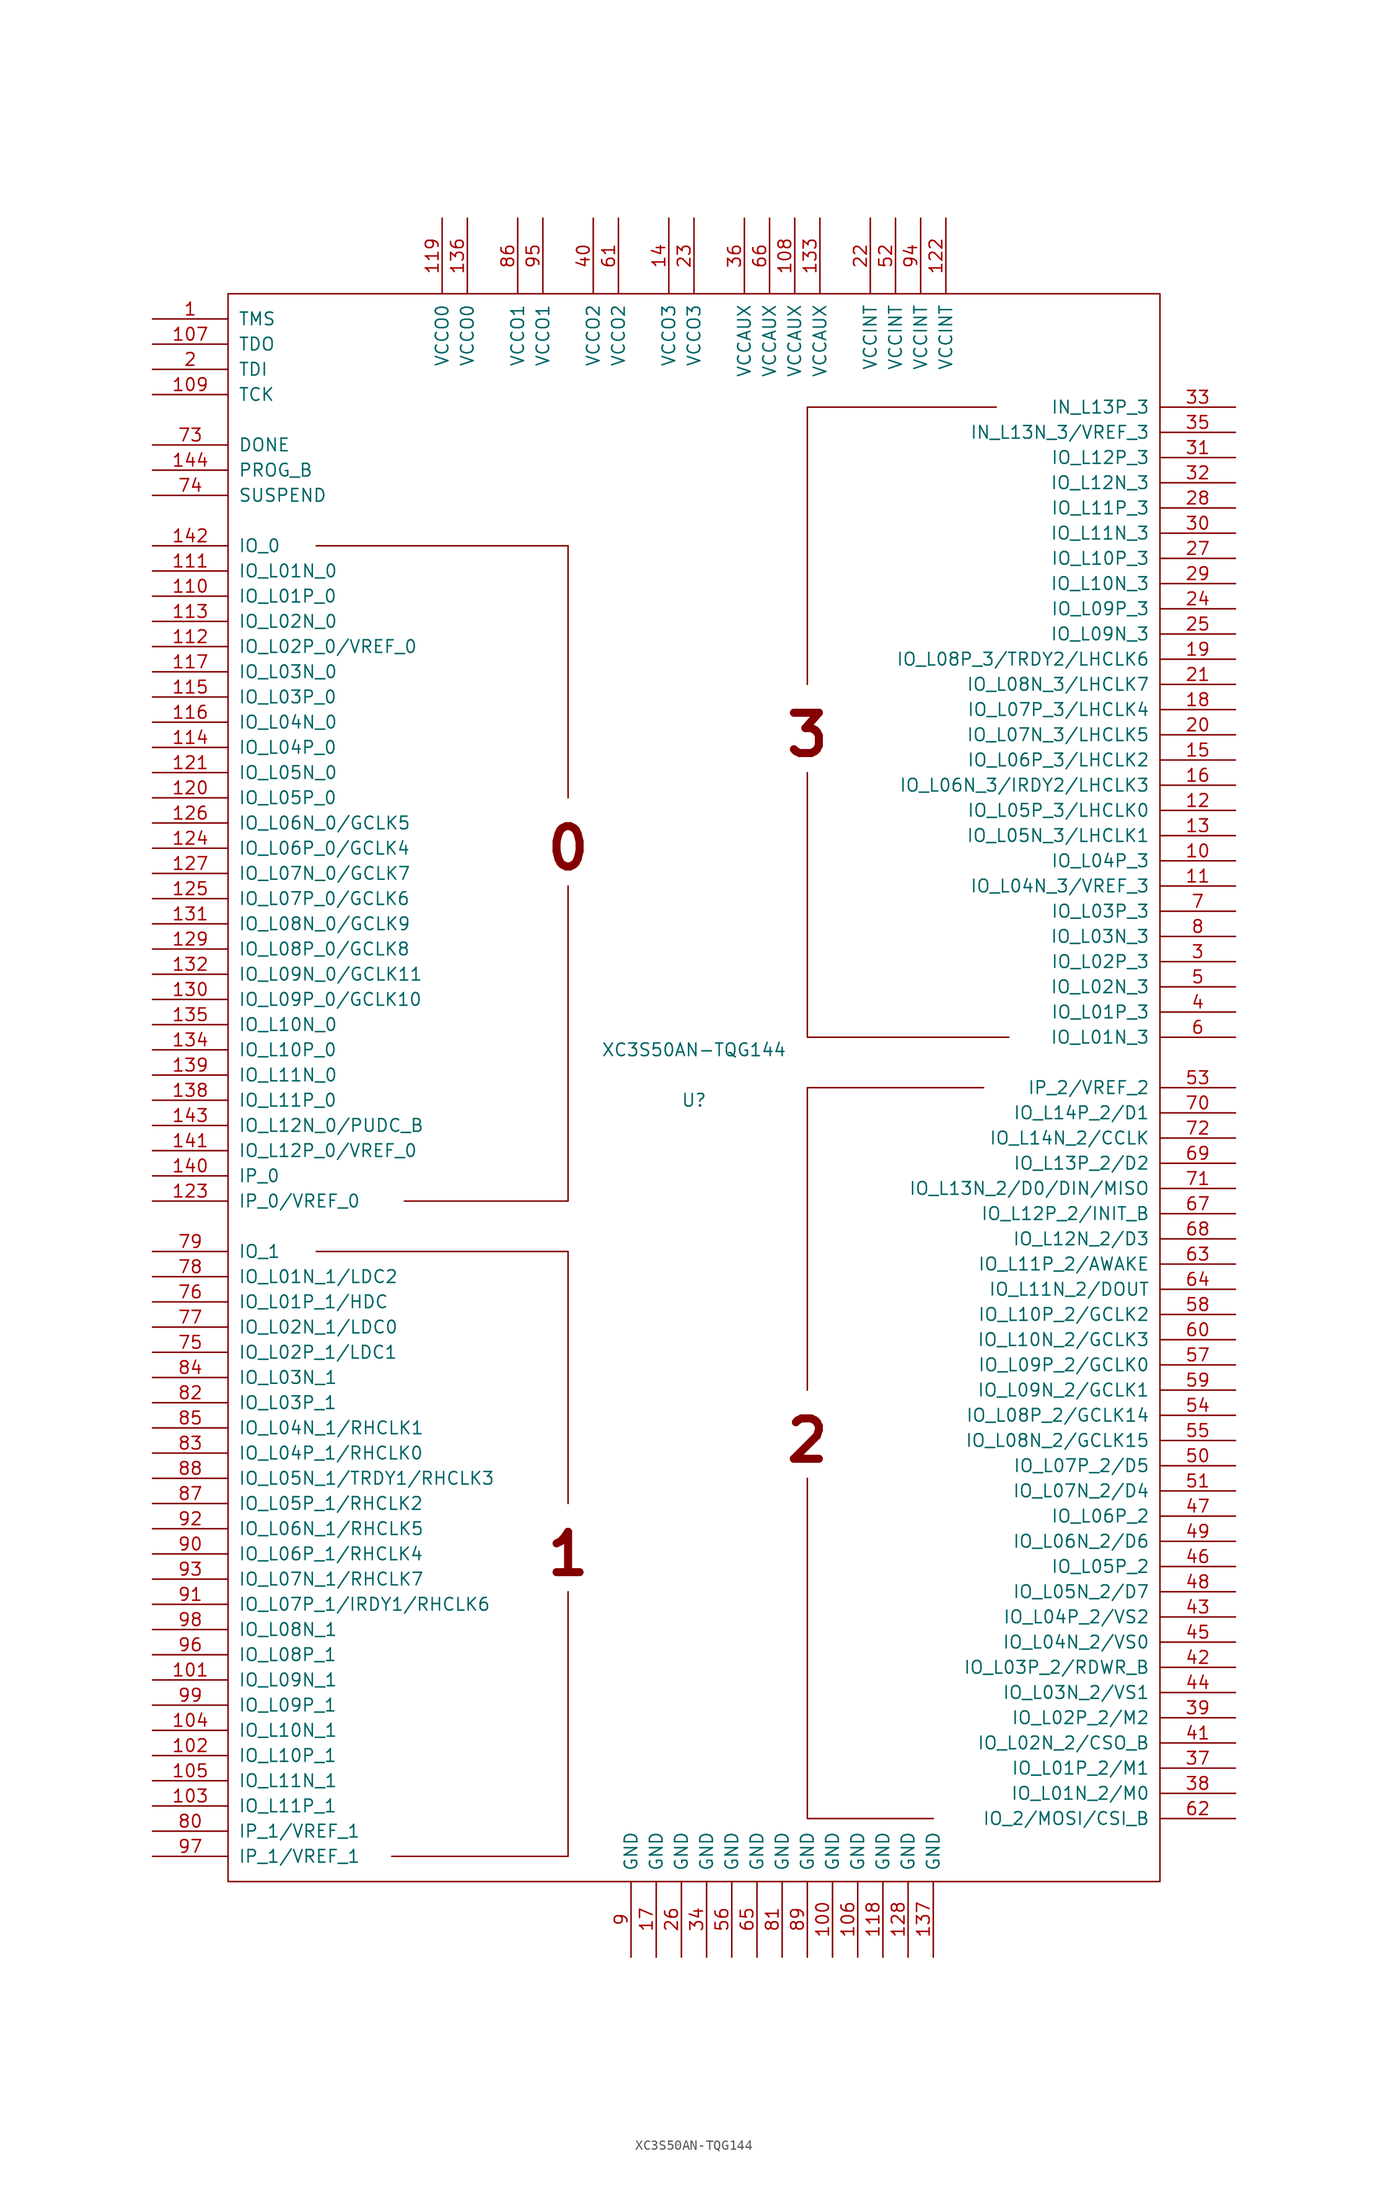
<source format=kicad_sym>
(kicad_symbol_lib
  (version 20211014)
  (generator kicad_symbol_editor)
  (symbol "XC3S50AN-TQG144"
    (pin_names
      (offset 1.016))
    (property "Reference" "U"
      (at 0 0 0)
      (effects (font (size 1.27 1.27))))
    (property "Value" "XC3S50AN-TQG144"
      (at 0 5.08 0)
      (effects (font (size 1.27 1.27))))
    (symbol "XC3S50AN-TQG144_0_0"
      (text "0" (at -12.7 25.4 0) (effects (font (size 4.064 4.064) bold)))
      (text "1" (at -12.7 -45.72 0) (effects (font (size 4.064 4.064) bold)))
      (text "2" (at 11.43 -34.29 0) (effects (font (size 4.064 4.064) bold)))
      (text "3" (at 11.43 36.83 0) (effects (font (size 4.064 4.064) bold))))
    (symbol "XC3S50AN-TQG144_0_1"
      (rectangle (start -46.99 81.28) (end 46.99 -78.74) (stroke (width 0) (type default) (color 0 0 0 0)) (fill (type none)))
      (polyline (pts (xy -38.1 55.88) (xy -12.7 55.88) (xy -12.7 30.48) (xy -12.7 30.48)) (stroke (width 0) (type default) (color 0 0 0 0)) (fill (type none)))
      (polyline (pts (xy -29.21 -10.16) (xy -12.7 -10.16) (xy -12.7 21.59) (xy -12.7 21.59)) (stroke (width 0) (type default) (color 0 0 0 0)) (fill (type none)))
      (polyline (pts (xy -12.7 -40.64) (xy -12.7 -15.24) (xy -38.1 -15.24) (xy -38.1 -15.24)) (stroke (width 0) (type default) (color 0 0 0 0)) (fill (type none)))
      (polyline (pts (xy 24.13 -72.39) (xy 11.43 -72.39) (xy 11.43 -38.1) (xy 11.43 -38.1)) (stroke (width 0) (type default) (color 0 0 0 0)) (fill (type none)))
      (polyline (pts (xy 29.21 1.27) (xy 11.43 1.27) (xy 11.43 -29.21) (xy 11.43 -29.21)) (stroke (width 0) (type default) (color 0 0 0 0)) (fill (type none)))
      (polyline (pts (xy 30.48 69.85) (xy 11.43 69.85) (xy 11.43 41.91) (xy 11.43 41.91)) (stroke (width 0) (type default) (color 0 0 0 0)) (fill (type none)))
      (polyline (pts (xy 31.75 6.35) (xy 11.43 6.35) (xy 11.43 33.02) (xy 11.43 33.02)) (stroke (width 0) (type default) (color 0 0 0 0)) (fill (type none)))
      (polyline (pts (xy -30.48 -76.2) (xy -13.97 -76.2) (xy -12.7 -76.2) (xy -12.7 -49.53) (xy -12.7 -49.53)) (stroke (width 0) (type default) (color 0 0 0 0)) (fill (type none))))
    (symbol "XC3S50AN-TQG144_1_1"
      (pin input line (at -54.61 78.74 0) (length 7.62) (name "TMS" (effects (font (size 1.27 1.27)))) (number "1" (effects (font (size 1.27 1.27)))))
      (pin bidirectional line (at 54.61 24.13 180) (length 7.62) (name "IO_L04P_3" (effects (font (size 1.27 1.27)))) (number "10" (effects (font (size 1.27 1.27)))))
      (pin power_in line (at 13.97 -86.36 90) (length 7.62) (name "GND" (effects (font (size 1.27 1.27)))) (number "100" (effects (font (size 1.27 1.27)))))
      (pin bidirectional line (at -54.61 -58.42 0) (length 7.62) (name "IO_L09N_1" (effects (font (size 1.27 1.27)))) (number "101" (effects (font (size 1.27 1.27)))))
      (pin bidirectional line (at -54.61 -66.04 0) (length 7.62) (name "IO_L10P_1" (effects (font (size 1.27 1.27)))) (number "102" (effects (font (size 1.27 1.27)))))
      (pin bidirectional line (at -54.61 -71.12 0) (length 7.62) (name "IO_L11P_1" (effects (font (size 1.27 1.27)))) (number "103" (effects (font (size 1.27 1.27)))))
      (pin bidirectional line (at -54.61 -63.5 0) (length 7.62) (name "IO_L10N_1" (effects (font (size 1.27 1.27)))) (number "104" (effects (font (size 1.27 1.27)))))
      (pin bidirectional line (at -54.61 -68.58 0) (length 7.62) (name "IO_L11N_1" (effects (font (size 1.27 1.27)))) (number "105" (effects (font (size 1.27 1.27)))))
      (pin power_in line (at 16.51 -86.36 90) (length 7.62) (name "GND" (effects (font (size 1.27 1.27)))) (number "106" (effects (font (size 1.27 1.27)))))
      (pin output line (at -54.61 76.2 0) (length 7.62) (name "TDO" (effects (font (size 1.27 1.27)))) (number "107" (effects (font (size 1.27 1.27)))))
      (pin power_in line (at 10.16 88.9 270) (length 7.62) (name "VCCAUX" (effects (font (size 1.27 1.27)))) (number "108" (effects (font (size 1.27 1.27)))))
      (pin input line (at -54.61 71.12 0) (length 7.62) (name "TCK" (effects (font (size 1.27 1.27)))) (number "109" (effects (font (size 1.27 1.27)))))
      (pin bidirectional line (at 54.61 21.59 180) (length 7.62) (name "IO_L04N_3/VREF_3" (effects (font (size 1.27 1.27)))) (number "11" (effects (font (size 1.27 1.27)))))
      (pin bidirectional line (at -54.61 50.8 0) (length 7.62) (name "IO_L01P_0" (effects (font (size 1.27 1.27)))) (number "110" (effects (font (size 1.27 1.27)))))
      (pin bidirectional line (at -54.61 53.34 0) (length 7.62) (name "IO_L01N_0" (effects (font (size 1.27 1.27)))) (number "111" (effects (font (size 1.27 1.27)))))
      (pin bidirectional line (at -54.61 45.72 0) (length 7.62) (name "IO_L02P_0/VREF_0" (effects (font (size 1.27 1.27)))) (number "112" (effects (font (size 1.27 1.27)))))
      (pin bidirectional line (at -54.61 48.26 0) (length 7.62) (name "IO_L02N_0" (effects (font (size 1.27 1.27)))) (number "113" (effects (font (size 1.27 1.27)))))
      (pin bidirectional line (at -54.61 35.56 0) (length 7.62) (name "IO_L04P_0" (effects (font (size 1.27 1.27)))) (number "114" (effects (font (size 1.27 1.27)))))
      (pin bidirectional line (at -54.61 40.64 0) (length 7.62) (name "IO_L03P_0" (effects (font (size 1.27 1.27)))) (number "115" (effects (font (size 1.27 1.27)))))
      (pin bidirectional line (at -54.61 38.1 0) (length 7.62) (name "IO_L04N_0" (effects (font (size 1.27 1.27)))) (number "116" (effects (font (size 1.27 1.27)))))
      (pin bidirectional line (at -54.61 43.18 0) (length 7.62) (name "IO_L03N_0" (effects (font (size 1.27 1.27)))) (number "117" (effects (font (size 1.27 1.27)))))
      (pin power_in line (at 19.05 -86.36 90) (length 7.62) (name "GND" (effects (font (size 1.27 1.27)))) (number "118" (effects (font (size 1.27 1.27)))))
      (pin power_in line (at -25.4 88.9 270) (length 7.62) (name "VCCO0" (effects (font (size 1.27 1.27)))) (number "119" (effects (font (size 1.27 1.27)))))
      (pin bidirectional line (at 54.61 29.21 180) (length 7.62) (name "IO_L05P_3/LHCLK0" (effects (font (size 1.27 1.27)))) (number "12" (effects (font (size 1.27 1.27)))))
      (pin bidirectional line (at -54.61 30.48 0) (length 7.62) (name "IO_L05P_0" (effects (font (size 1.27 1.27)))) (number "120" (effects (font (size 1.27 1.27)))))
      (pin bidirectional line (at -54.61 33.02 0) (length 7.62) (name "IO_L05N_0" (effects (font (size 1.27 1.27)))) (number "121" (effects (font (size 1.27 1.27)))))
      (pin power_in line (at 25.4 88.9 270) (length 7.62) (name "VCCINT" (effects (font (size 1.27 1.27)))) (number "122" (effects (font (size 1.27 1.27)))))
      (pin input line (at -54.61 -10.16 0) (length 7.62) (name "IP_0/VREF_0" (effects (font (size 1.27 1.27)))) (number "123" (effects (font (size 1.27 1.27)))))
      (pin bidirectional line (at -54.61 25.4 0) (length 7.62) (name "IO_L06P_0/GCLK4" (effects (font (size 1.27 1.27)))) (number "124" (effects (font (size 1.27 1.27)))))
      (pin bidirectional line (at -54.61 20.32 0) (length 7.62) (name "IO_L07P_0/GCLK6" (effects (font (size 1.27 1.27)))) (number "125" (effects (font (size 1.27 1.27)))))
      (pin bidirectional line (at -54.61 27.94 0) (length 7.62) (name "IO_L06N_0/GCLK5" (effects (font (size 1.27 1.27)))) (number "126" (effects (font (size 1.27 1.27)))))
      (pin bidirectional line (at -54.61 22.86 0) (length 7.62) (name "IO_L07N_0/GCLK7" (effects (font (size 1.27 1.27)))) (number "127" (effects (font (size 1.27 1.27)))))
      (pin power_in line (at 21.59 -86.36 90) (length 7.62) (name "GND" (effects (font (size 1.27 1.27)))) (number "128" (effects (font (size 1.27 1.27)))))
      (pin bidirectional line (at -54.61 15.24 0) (length 7.62) (name "IO_L08P_0/GCLK8" (effects (font (size 1.27 1.27)))) (number "129" (effects (font (size 1.27 1.27)))))
      (pin bidirectional line (at 54.61 26.67 180) (length 7.62) (name "IO_L05N_3/LHCLK1" (effects (font (size 1.27 1.27)))) (number "13" (effects (font (size 1.27 1.27)))))
      (pin bidirectional line (at -54.61 10.16 0) (length 7.62) (name "IO_L09P_0/GCLK10" (effects (font (size 1.27 1.27)))) (number "130" (effects (font (size 1.27 1.27)))))
      (pin bidirectional line (at -54.61 17.78 0) (length 7.62) (name "IO_L08N_0/GCLK9" (effects (font (size 1.27 1.27)))) (number "131" (effects (font (size 1.27 1.27)))))
      (pin bidirectional line (at -54.61 12.7 0) (length 7.62) (name "IO_L09N_0/GCLK11" (effects (font (size 1.27 1.27)))) (number "132" (effects (font (size 1.27 1.27)))))
      (pin power_in line (at 12.7 88.9 270) (length 7.62) (name "VCCAUX" (effects (font (size 1.27 1.27)))) (number "133" (effects (font (size 1.27 1.27)))))
      (pin bidirectional line (at -54.61 5.08 0) (length 7.62) (name "IO_L10P_0" (effects (font (size 1.27 1.27)))) (number "134" (effects (font (size 1.27 1.27)))))
      (pin bidirectional line (at -54.61 7.62 0) (length 7.62) (name "IO_L10N_0" (effects (font (size 1.27 1.27)))) (number "135" (effects (font (size 1.27 1.27)))))
      (pin power_in line (at -22.86 88.9 270) (length 7.62) (name "VCCO0" (effects (font (size 1.27 1.27)))) (number "136" (effects (font (size 1.27 1.27)))))
      (pin power_in line (at 24.13 -86.36 90) (length 7.62) (name "GND" (effects (font (size 1.27 1.27)))) (number "137" (effects (font (size 1.27 1.27)))))
      (pin bidirectional line (at -54.61 0 0) (length 7.62) (name "IO_L11P_0" (effects (font (size 1.27 1.27)))) (number "138" (effects (font (size 1.27 1.27)))))
      (pin bidirectional line (at -54.61 2.54 0) (length 7.62) (name "IO_L11N_0" (effects (font (size 1.27 1.27)))) (number "139" (effects (font (size 1.27 1.27)))))
      (pin passive line (at -2.54 88.9 270) (length 7.62) (name "VCCO3" (effects (font (size 1.27 1.27)))) (number "14" (effects (font (size 1.27 1.27)))))
      (pin input line (at -54.61 -7.62 0) (length 7.62) (name "IP_0" (effects (font (size 1.27 1.27)))) (number "140" (effects (font (size 1.27 1.27)))))
      (pin bidirectional line (at -54.61 -5.08 0) (length 7.62) (name "IO_L12P_0/VREF_0" (effects (font (size 1.27 1.27)))) (number "141" (effects (font (size 1.27 1.27)))))
      (pin bidirectional line (at -54.61 55.88 0) (length 7.62) (name "IO_0" (effects (font (size 1.27 1.27)))) (number "142" (effects (font (size 1.27 1.27)))))
      (pin bidirectional line (at -54.61 -2.54 0) (length 7.62) (name "IO_L12N_0/PUDC_B" (effects (font (size 1.27 1.27)))) (number "143" (effects (font (size 1.27 1.27)))))
      (pin bidirectional line (at -54.61 63.5 0) (length 7.62) (name "PROG_B" (effects (font (size 1.27 1.27)))) (number "144" (effects (font (size 1.27 1.27)))))
      (pin bidirectional line (at 54.61 34.29 180) (length 7.62) (name "IO_L06P_3/LHCLK2" (effects (font (size 1.27 1.27)))) (number "15" (effects (font (size 1.27 1.27)))))
      (pin bidirectional line (at 54.61 31.75 180) (length 7.62) (name "IO_L06N_3/IRDY2/LHCLK3" (effects (font (size 1.27 1.27)))) (number "16" (effects (font (size 1.27 1.27)))))
      (pin power_in line (at -3.81 -86.36 90) (length 7.62) (name "GND" (effects (font (size 1.27 1.27)))) (number "17" (effects (font (size 1.27 1.27)))))
      (pin bidirectional line (at 54.61 39.37 180) (length 7.62) (name "IO_L07P_3/LHCLK4" (effects (font (size 1.27 1.27)))) (number "18" (effects (font (size 1.27 1.27)))))
      (pin bidirectional line (at 54.61 44.45 180) (length 7.62) (name "IO_L08P_3/TRDY2/LHCLK6" (effects (font (size 1.27 1.27)))) (number "19" (effects (font (size 1.27 1.27)))))
      (pin input line (at -54.61 73.66 0) (length 7.62) (name "TDI" (effects (font (size 1.27 1.27)))) (number "2" (effects (font (size 1.27 1.27)))))
      (pin bidirectional line (at 54.61 36.83 180) (length 7.62) (name "IO_L07N_3/LHCLK5" (effects (font (size 1.27 1.27)))) (number "20" (effects (font (size 1.27 1.27)))))
      (pin bidirectional line (at 54.61 41.91 180) (length 7.62) (name "IO_L08N_3/LHCLK7" (effects (font (size 1.27 1.27)))) (number "21" (effects (font (size 1.27 1.27)))))
      (pin power_in line (at 17.78 88.9 270) (length 7.62) (name "VCCINT" (effects (font (size 1.27 1.27)))) (number "22" (effects (font (size 1.27 1.27)))))
      (pin power_in line (at 0 88.9 270) (length 7.62) (name "VCCO3" (effects (font (size 1.27 1.27)))) (number "23" (effects (font (size 1.27 1.27)))))
      (pin bidirectional line (at 54.61 49.53 180) (length 7.62) (name "IO_L09P_3" (effects (font (size 1.27 1.27)))) (number "24" (effects (font (size 1.27 1.27)))))
      (pin bidirectional line (at 54.61 46.99 180) (length 7.62) (name "IO_L09N_3" (effects (font (size 1.27 1.27)))) (number "25" (effects (font (size 1.27 1.27)))))
      (pin power_in line (at -1.27 -86.36 90) (length 7.62) (name "GND" (effects (font (size 1.27 1.27)))) (number "26" (effects (font (size 1.27 1.27)))))
      (pin bidirectional line (at 54.61 54.61 180) (length 7.62) (name "IO_L10P_3" (effects (font (size 1.27 1.27)))) (number "27" (effects (font (size 1.27 1.27)))))
      (pin bidirectional line (at 54.61 59.69 180) (length 7.62) (name "IO_L11P_3" (effects (font (size 1.27 1.27)))) (number "28" (effects (font (size 1.27 1.27)))))
      (pin bidirectional line (at 54.61 52.07 180) (length 7.62) (name "IO_L10N_3" (effects (font (size 1.27 1.27)))) (number "29" (effects (font (size 1.27 1.27)))))
      (pin bidirectional line (at 54.61 13.97 180) (length 7.62) (name "IO_L02P_3" (effects (font (size 1.27 1.27)))) (number "3" (effects (font (size 1.27 1.27)))))
      (pin bidirectional line (at 54.61 57.15 180) (length 7.62) (name "IO_L11N_3" (effects (font (size 1.27 1.27)))) (number "30" (effects (font (size 1.27 1.27)))))
      (pin bidirectional line (at 54.61 64.77 180) (length 7.62) (name "IO_L12P_3" (effects (font (size 1.27 1.27)))) (number "31" (effects (font (size 1.27 1.27)))))
      (pin bidirectional line (at 54.61 62.23 180) (length 7.62) (name "IO_L12N_3" (effects (font (size 1.27 1.27)))) (number "32" (effects (font (size 1.27 1.27)))))
      (pin input line (at 54.61 69.85 180) (length 7.62) (name "IN_L13P_3" (effects (font (size 1.27 1.27)))) (number "33" (effects (font (size 1.27 1.27)))))
      (pin power_in line (at 1.27 -86.36 90) (length 7.62) (name "GND" (effects (font (size 1.27 1.27)))) (number "34" (effects (font (size 1.27 1.27)))))
      (pin input line (at 54.61 67.31 180) (length 7.62) (name "IN_L13N_3/VREF_3" (effects (font (size 1.27 1.27)))) (number "35" (effects (font (size 1.27 1.27)))))
      (pin power_in line (at 5.08 88.9 270) (length 7.62) (name "VCCAUX" (effects (font (size 1.27 1.27)))) (number "36" (effects (font (size 1.27 1.27)))))
      (pin bidirectional line (at 54.61 -67.31 180) (length 7.62) (name "IO_L01P_2/M1" (effects (font (size 1.27 1.27)))) (number "37" (effects (font (size 1.27 1.27)))))
      (pin bidirectional line (at 54.61 -69.85 180) (length 7.62) (name "IO_L01N_2/M0" (effects (font (size 1.27 1.27)))) (number "38" (effects (font (size 1.27 1.27)))))
      (pin bidirectional line (at 54.61 -62.23 180) (length 7.62) (name "IO_L02P_2/M2" (effects (font (size 1.27 1.27)))) (number "39" (effects (font (size 1.27 1.27)))))
      (pin bidirectional line (at 54.61 8.89 180) (length 7.62) (name "IO_L01P_3" (effects (font (size 1.27 1.27)))) (number "4" (effects (font (size 1.27 1.27)))))
      (pin power_in line (at -10.16 88.9 270) (length 7.62) (name "VCCO2" (effects (font (size 1.27 1.27)))) (number "40" (effects (font (size 1.27 1.27)))))
      (pin bidirectional line (at 54.61 -64.77 180) (length 7.62) (name "IO_L02N_2/CSO_B" (effects (font (size 1.27 1.27)))) (number "41" (effects (font (size 1.27 1.27)))))
      (pin bidirectional line (at 54.61 -57.15 180) (length 7.62) (name "IO_L03P_2/RDWR_B" (effects (font (size 1.27 1.27)))) (number "42" (effects (font (size 1.27 1.27)))))
      (pin bidirectional line (at 54.61 -52.07 180) (length 7.62) (name "IO_L04P_2/VS2" (effects (font (size 1.27 1.27)))) (number "43" (effects (font (size 1.27 1.27)))))
      (pin bidirectional line (at 54.61 -59.69 180) (length 7.62) (name "IO_L03N_2/VS1" (effects (font (size 1.27 1.27)))) (number "44" (effects (font (size 1.27 1.27)))))
      (pin bidirectional line (at 54.61 -54.61 180) (length 7.62) (name "IO_L04N_2/VS0" (effects (font (size 1.27 1.27)))) (number "45" (effects (font (size 1.27 1.27)))))
      (pin bidirectional line (at 54.61 -46.99 180) (length 7.62) (name "IO_L05P_2" (effects (font (size 1.27 1.27)))) (number "46" (effects (font (size 1.27 1.27)))))
      (pin bidirectional line (at 54.61 -41.91 180) (length 7.62) (name "IO_L06P_2" (effects (font (size 1.27 1.27)))) (number "47" (effects (font (size 1.27 1.27)))))
      (pin bidirectional line (at 54.61 -49.53 180) (length 7.62) (name "IO_L05N_2/D7" (effects (font (size 1.27 1.27)))) (number "48" (effects (font (size 1.27 1.27)))))
      (pin bidirectional line (at 54.61 -44.45 180) (length 7.62) (name "IO_L06N_2/D6" (effects (font (size 1.27 1.27)))) (number "49" (effects (font (size 1.27 1.27)))))
      (pin bidirectional line (at 54.61 11.43 180) (length 7.62) (name "IO_L02N_3" (effects (font (size 1.27 1.27)))) (number "5" (effects (font (size 1.27 1.27)))))
      (pin bidirectional line (at 54.61 -36.83 180) (length 7.62) (name "IO_L07P_2/D5" (effects (font (size 1.27 1.27)))) (number "50" (effects (font (size 1.27 1.27)))))
      (pin bidirectional line (at 54.61 -39.37 180) (length 7.62) (name "IO_L07N_2/D4" (effects (font (size 1.27 1.27)))) (number "51" (effects (font (size 1.27 1.27)))))
      (pin power_in line (at 20.32 88.9 270) (length 7.62) (name "VCCINT" (effects (font (size 1.27 1.27)))) (number "52" (effects (font (size 1.27 1.27)))))
      (pin input line (at 54.61 1.27 180) (length 7.62) (name "IP_2/VREF_2" (effects (font (size 1.27 1.27)))) (number "53" (effects (font (size 1.27 1.27)))))
      (pin bidirectional line (at 54.61 -31.75 180) (length 7.62) (name "IO_L08P_2/GCLK14" (effects (font (size 1.27 1.27)))) (number "54" (effects (font (size 1.27 1.27)))))
      (pin bidirectional line (at 54.61 -34.29 180) (length 7.62) (name "IO_L08N_2/GCLK15" (effects (font (size 1.27 1.27)))) (number "55" (effects (font (size 1.27 1.27)))))
      (pin power_in line (at 3.81 -86.36 90) (length 7.62) (name "GND" (effects (font (size 1.27 1.27)))) (number "56" (effects (font (size 1.27 1.27)))))
      (pin bidirectional line (at 54.61 -26.67 180) (length 7.62) (name "IO_L09P_2/GCLK0" (effects (font (size 1.27 1.27)))) (number "57" (effects (font (size 1.27 1.27)))))
      (pin bidirectional line (at 54.61 -21.59 180) (length 7.62) (name "IO_L10P_2/GCLK2" (effects (font (size 1.27 1.27)))) (number "58" (effects (font (size 1.27 1.27)))))
      (pin bidirectional line (at 54.61 -29.21 180) (length 7.62) (name "IO_L09N_2/GCLK1" (effects (font (size 1.27 1.27)))) (number "59" (effects (font (size 1.27 1.27)))))
      (pin bidirectional line (at 54.61 6.35 180) (length 7.62) (name "IO_L01N_3" (effects (font (size 1.27 1.27)))) (number "6" (effects (font (size 1.27 1.27)))))
      (pin bidirectional line (at 54.61 -24.13 180) (length 7.62) (name "IO_L10N_2/GCLK3" (effects (font (size 1.27 1.27)))) (number "60" (effects (font (size 1.27 1.27)))))
      (pin power_in line (at -7.62 88.9 270) (length 7.62) (name "VCCO2" (effects (font (size 1.27 1.27)))) (number "61" (effects (font (size 1.27 1.27)))))
      (pin bidirectional line (at 54.61 -72.39 180) (length 7.62) (name "IO_2/MOSI/CSI_B" (effects (font (size 1.27 1.27)))) (number "62" (effects (font (size 1.27 1.27)))))
      (pin bidirectional line (at 54.61 -16.51 180) (length 7.62) (name "IO_L11P_2/AWAKE" (effects (font (size 1.27 1.27)))) (number "63" (effects (font (size 1.27 1.27)))))
      (pin bidirectional line (at 54.61 -19.05 180) (length 7.62) (name "IO_L11N_2/DOUT" (effects (font (size 1.27 1.27)))) (number "64" (effects (font (size 1.27 1.27)))))
      (pin power_in line (at 6.35 -86.36 90) (length 7.62) (name "GND" (effects (font (size 1.27 1.27)))) (number "65" (effects (font (size 1.27 1.27)))))
      (pin power_in line (at 7.62 88.9 270) (length 7.62) (name "VCCAUX" (effects (font (size 1.27 1.27)))) (number "66" (effects (font (size 1.27 1.27)))))
      (pin bidirectional line (at 54.61 -11.43 180) (length 7.62) (name "IO_L12P_2/INIT_B" (effects (font (size 1.27 1.27)))) (number "67" (effects (font (size 1.27 1.27)))))
      (pin bidirectional line (at 54.61 -13.97 180) (length 7.62) (name "IO_L12N_2/D3" (effects (font (size 1.27 1.27)))) (number "68" (effects (font (size 1.27 1.27)))))
      (pin bidirectional line (at 54.61 -6.35 180) (length 7.62) (name "IO_L13P_2/D2" (effects (font (size 1.27 1.27)))) (number "69" (effects (font (size 1.27 1.27)))))
      (pin bidirectional line (at 54.61 19.05 180) (length 7.62) (name "IO_L03P_3" (effects (font (size 1.27 1.27)))) (number "7" (effects (font (size 1.27 1.27)))))
      (pin bidirectional line (at 54.61 -1.27 180) (length 7.62) (name "IO_L14P_2/D1" (effects (font (size 1.27 1.27)))) (number "70" (effects (font (size 1.27 1.27)))))
      (pin bidirectional line (at 54.61 -8.89 180) (length 7.62) (name "IO_L13N_2/D0/DIN/MISO" (effects (font (size 1.27 1.27)))) (number "71" (effects (font (size 1.27 1.27)))))
      (pin bidirectional line (at 54.61 -3.81 180) (length 7.62) (name "IO_L14N_2/CCLK" (effects (font (size 1.27 1.27)))) (number "72" (effects (font (size 1.27 1.27)))))
      (pin bidirectional line (at -54.61 66.04 0) (length 7.62) (name "DONE" (effects (font (size 1.27 1.27)))) (number "73" (effects (font (size 1.27 1.27)))))
      (pin input line (at -54.61 60.96 0) (length 7.62) (name "SUSPEND" (effects (font (size 1.27 1.27)))) (number "74" (effects (font (size 1.27 1.27)))))
      (pin bidirectional line (at -54.61 -25.4 0) (length 7.62) (name "IO_L02P_1/LDC1" (effects (font (size 1.27 1.27)))) (number "75" (effects (font (size 1.27 1.27)))))
      (pin bidirectional line (at -54.61 -20.32 0) (length 7.62) (name "IO_L01P_1/HDC" (effects (font (size 1.27 1.27)))) (number "76" (effects (font (size 1.27 1.27)))))
      (pin bidirectional line (at -54.61 -22.86 0) (length 7.62) (name "IO_L02N_1/LDC0" (effects (font (size 1.27 1.27)))) (number "77" (effects (font (size 1.27 1.27)))))
      (pin bidirectional line (at -54.61 -17.78 0) (length 7.62) (name "IO_L01N_1/LDC2" (effects (font (size 1.27 1.27)))) (number "78" (effects (font (size 1.27 1.27)))))
      (pin bidirectional line (at -54.61 -15.24 0) (length 7.62) (name "IO_1" (effects (font (size 1.27 1.27)))) (number "79" (effects (font (size 1.27 1.27)))))
      (pin bidirectional line (at 54.61 16.51 180) (length 7.62) (name "IO_L03N_3" (effects (font (size 1.27 1.27)))) (number "8" (effects (font (size 1.27 1.27)))))
      (pin input line (at -54.61 -73.66 0) (length 7.62) (name "IP_1/VREF_1" (effects (font (size 1.27 1.27)))) (number "80" (effects (font (size 1.27 1.27)))))
      (pin power_in line (at 8.89 -86.36 90) (length 7.62) (name "GND" (effects (font (size 1.27 1.27)))) (number "81" (effects (font (size 1.27 1.27)))))
      (pin bidirectional line (at -54.61 -30.48 0) (length 7.62) (name "IO_L03P_1" (effects (font (size 1.27 1.27)))) (number "82" (effects (font (size 1.27 1.27)))))
      (pin bidirectional line (at -54.61 -35.56 0) (length 7.62) (name "IO_L04P_1/RHCLK0" (effects (font (size 1.27 1.27)))) (number "83" (effects (font (size 1.27 1.27)))))
      (pin bidirectional line (at -54.61 -27.94 0) (length 7.62) (name "IO_L03N_1" (effects (font (size 1.27 1.27)))) (number "84" (effects (font (size 1.27 1.27)))))
      (pin bidirectional line (at -54.61 -33.02 0) (length 7.62) (name "IO_L04N_1/RHCLK1" (effects (font (size 1.27 1.27)))) (number "85" (effects (font (size 1.27 1.27)))))
      (pin power_in line (at -17.78 88.9 270) (length 7.62) (name "VCCO1" (effects (font (size 1.27 1.27)))) (number "86" (effects (font (size 1.27 1.27)))))
      (pin bidirectional line (at -54.61 -40.64 0) (length 7.62) (name "IO_L05P_1/RHCLK2" (effects (font (size 1.27 1.27)))) (number "87" (effects (font (size 1.27 1.27)))))
      (pin bidirectional line (at -54.61 -38.1 0) (length 7.62) (name "IO_L05N_1/TRDY1/RHCLK3" (effects (font (size 1.27 1.27)))) (number "88" (effects (font (size 1.27 1.27)))))
      (pin power_in line (at 11.43 -86.36 90) (length 7.62) (name "GND" (effects (font (size 1.27 1.27)))) (number "89" (effects (font (size 1.27 1.27)))))
      (pin power_in line (at -6.35 -86.36 90) (length 7.62) (name "GND" (effects (font (size 1.27 1.27)))) (number "9" (effects (font (size 1.27 1.27)))))
      (pin bidirectional line (at -54.61 -45.72 0) (length 7.62) (name "IO_L06P_1/RHCLK4" (effects (font (size 1.27 1.27)))) (number "90" (effects (font (size 1.27 1.27)))))
      (pin bidirectional line (at -54.61 -50.8 0) (length 7.62) (name "IO_L07P_1/IRDY1/RHCLK6" (effects (font (size 1.27 1.27)))) (number "91" (effects (font (size 1.27 1.27)))))
      (pin bidirectional line (at -54.61 -43.18 0) (length 7.62) (name "IO_L06N_1/RHCLK5" (effects (font (size 1.27 1.27)))) (number "92" (effects (font (size 1.27 1.27)))))
      (pin bidirectional line (at -54.61 -48.26 0) (length 7.62) (name "IO_L07N_1/RHCLK7" (effects (font (size 1.27 1.27)))) (number "93" (effects (font (size 1.27 1.27)))))
      (pin power_in line (at 22.86 88.9 270) (length 7.62) (name "VCCINT" (effects (font (size 1.27 1.27)))) (number "94" (effects (font (size 1.27 1.27)))))
      (pin power_in line (at -15.24 88.9 270) (length 7.62) (name "VCCO1" (effects (font (size 1.27 1.27)))) (number "95" (effects (font (size 1.27 1.27)))))
      (pin bidirectional line (at -54.61 -55.88 0) (length 7.62) (name "IO_L08P_1" (effects (font (size 1.27 1.27)))) (number "96" (effects (font (size 1.27 1.27)))))
      (pin input line (at -54.61 -76.2 0) (length 7.62) (name "IP_1/VREF_1" (effects (font (size 1.27 1.27)))) (number "97" (effects (font (size 1.27 1.27)))))
      (pin bidirectional line (at -54.61 -53.34 0) (length 7.62) (name "IO_L08N_1" (effects (font (size 1.27 1.27)))) (number "98" (effects (font (size 1.27 1.27)))))
      (pin bidirectional line (at -54.61 -60.96 0) (length 7.62) (name "IO_L09P_1" (effects (font (size 1.27 1.27)))) (number "99" (effects (font (size 1.27 1.27))))))))
</source>
